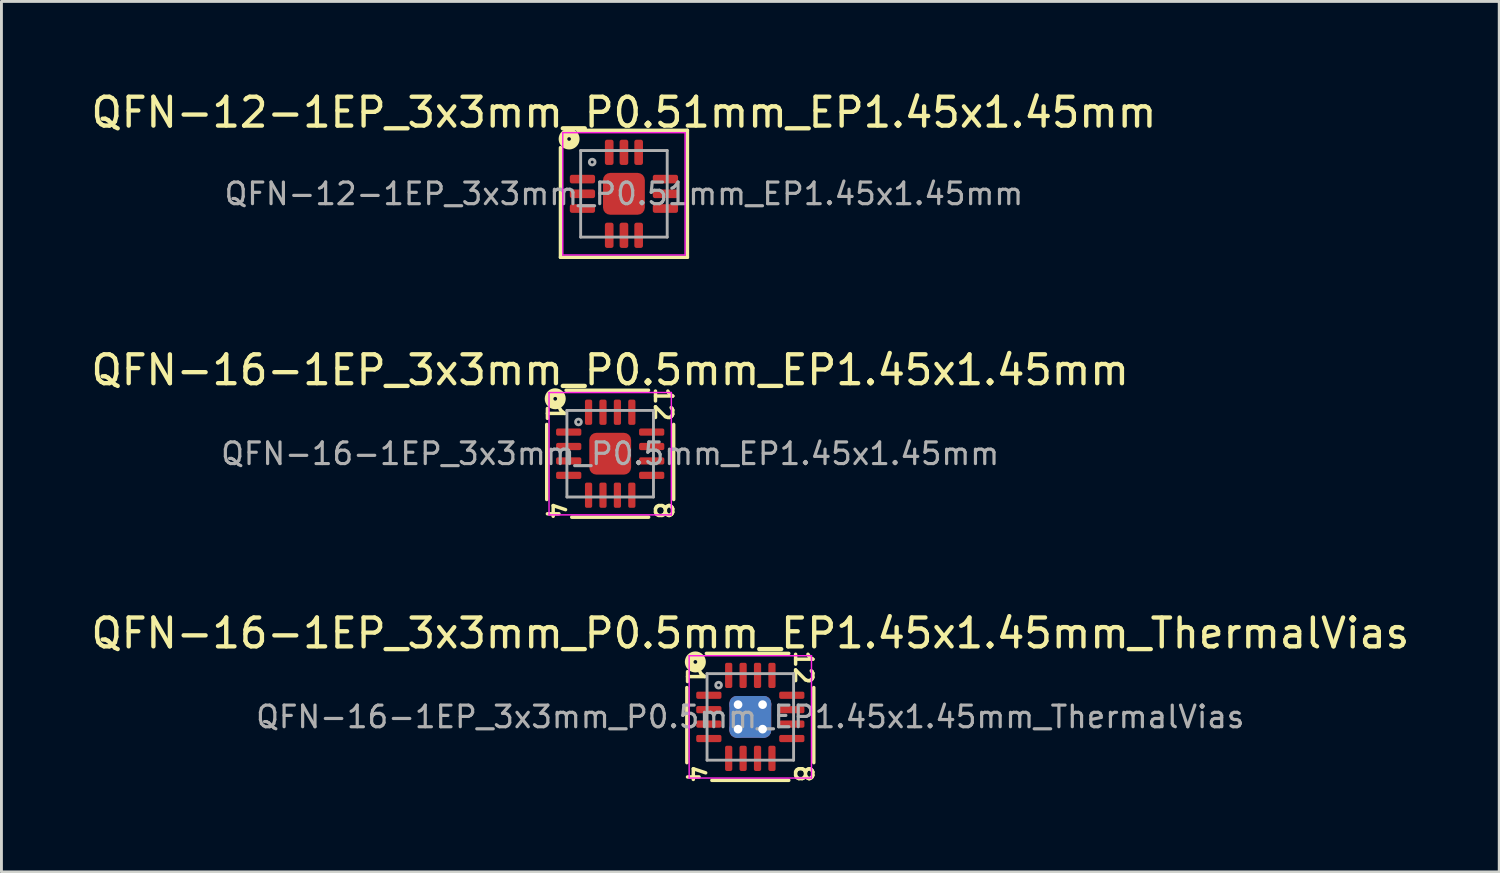
<source format=kicad_pcb>
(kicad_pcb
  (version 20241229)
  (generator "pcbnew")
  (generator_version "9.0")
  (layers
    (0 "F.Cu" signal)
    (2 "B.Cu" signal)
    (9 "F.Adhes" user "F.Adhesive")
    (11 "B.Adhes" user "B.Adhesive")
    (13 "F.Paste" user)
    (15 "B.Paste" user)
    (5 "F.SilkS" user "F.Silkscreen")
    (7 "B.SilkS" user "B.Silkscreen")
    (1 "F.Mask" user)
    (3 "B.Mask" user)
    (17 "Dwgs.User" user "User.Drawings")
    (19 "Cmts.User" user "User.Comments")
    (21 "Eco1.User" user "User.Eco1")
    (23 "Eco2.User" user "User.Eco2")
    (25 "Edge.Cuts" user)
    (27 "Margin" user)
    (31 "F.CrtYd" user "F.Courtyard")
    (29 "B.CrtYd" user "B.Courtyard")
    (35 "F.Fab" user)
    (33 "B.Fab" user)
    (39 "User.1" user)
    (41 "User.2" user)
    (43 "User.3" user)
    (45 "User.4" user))
  (footprint "QFN-16-1EP_3x3mm_P0.5mm_EP1.45x1.45mm_ThermalVias"
    (layer "F.Cu")
    (at 22.958 21.799)
    (property "Reference" "QFN-16-1EP_3x3mm_P0.5mm_EP1.45x1.45mm_ThermalVias" (at 0 -2.9 0) (layer "F.SilkS") (effects (font (size 1 1) (thickness 0.15))))
    (attr smd)
    (fp_line (start -2.2 1.587) (end -2.2 -1.016) (stroke (width 0.12) (type solid)) (layer "F.SilkS"))
    (fp_line (start -1.524 -2.2) (end 1.333 -2.2) (stroke (width 0.12) (type solid)) (layer "F.SilkS"))
    (fp_line (start 1.333 2.2) (end -1.333 2.2) (stroke (width 0.12) (type solid)) (layer "F.SilkS"))
    (fp_line (start 2.2 -1.016) (end 2.2 1.587) (stroke (width 0.12) (type solid)) (layer "F.SilkS"))
    (fp_circle (center -1.905 -1.905) (end -1.841 -1.905) (stroke (width 0.3) (type solid)) (fill no) (layer "F.SilkS"))
    (fp_line (start -2.12 -2.12) (end -2.12 2.12) (stroke (width 0.05) (type solid)) (layer "F.CrtYd"))
    (fp_line (start -2.12 2.12) (end 2.12 2.12) (stroke (width 0.05) (type solid)) (layer "F.CrtYd"))
    (fp_line (start 2.12 -2.12) (end -2.12 -2.12) (stroke (width 0.05) (type solid)) (layer "F.CrtYd"))
    (fp_line (start 2.12 2.12) (end 2.12 -2.12) (stroke (width 0.05) (type solid)) (layer "F.CrtYd"))
    (fp_line (start -1.5 -1.5) (end 1.5 -1.5) (stroke (width 0.1) (type solid)) (layer "F.Fab"))
    (fp_line (start -1.5 1.5) (end -1.5 -1.5) (stroke (width 0.1) (type solid)) (layer "F.Fab"))
    (fp_line (start 1.5 -1.5) (end 1.5 1.5) (stroke (width 0.1) (type solid)) (layer "F.Fab"))
    (fp_line (start 1.5 1.5) (end -1.5 1.5) (stroke (width 0.1) (type solid)) (layer "F.Fab"))
    (fp_circle (center -1.1 -1.1) (end -1 -1.1) (stroke (width 0.1) (type solid)) (fill no) (layer "F.Fab"))
    (fp_text user "4" (at -1.905 1.968 270) (unlocked yes) (layer "F.SilkS") (effects (font (size 0.6 0.6) (thickness 0.12))))
    (fp_text user "12" (at 1.841 -1.714 270) (unlocked yes) (layer "F.SilkS") (effects (font (size 0.6 0.6) (thickness 0.12))))
    (fp_text user "1" (at -1.905 -1.397 270) (unlocked yes) (layer "F.SilkS") (effects (font (size 0.6 0.6) (thickness 0.12))))
    (fp_text user "8" (at 1.841 1.968 270) (unlocked yes) (layer "F.SilkS") (effects (font (size 0.6 0.6) (thickness 0.12))))
    (fp_text user "${REFERENCE}" (at 0 0 0) (layer "F.Fab") (effects (font (size 0.75 0.75) (thickness 0.11))))
    (pad "" smd roundrect (at -0.36 -0.36) (size 0.63 0.63) (layers "F.Paste") (roundrect_rratio 0.25))
    (pad "" smd roundrect (at -0.36 0.36) (size 0.63 0.63) (layers "F.Paste") (roundrect_rratio 0.25))
    (pad "" smd roundrect (at 0.36 -0.36) (size 0.63 0.63) (layers "F.Paste") (roundrect_rratio 0.25))
    (pad "" smd roundrect (at 0.36 0.36) (size 0.63 0.63) (layers "F.Paste") (roundrect_rratio 0.25))
    (pad "1" smd roundrect (at -1.438 -0.75) (size 0.875 0.25) (layers "F.Cu" "F.Mask" "F.Paste") (roundrect_rratio 0.25))
    (pad "2" smd roundrect (at -1.438 -0.25) (size 0.875 0.25) (layers "F.Cu" "F.Mask" "F.Paste") (roundrect_rratio 0.25))
    (pad "3" smd roundrect (at -1.438 0.25) (size 0.875 0.25) (layers "F.Cu" "F.Mask" "F.Paste") (roundrect_rratio 0.25))
    (pad "4" smd roundrect (at -1.438 0.75) (size 0.875 0.25) (layers "F.Cu" "F.Mask" "F.Paste") (roundrect_rratio 0.25))
    (pad "5" smd roundrect (at -0.75 1.438) (size 0.25 0.875) (layers "F.Cu" "F.Mask" "F.Paste") (roundrect_rratio 0.25))
    (pad "6" smd roundrect (at -0.25 1.438) (size 0.25 0.875) (layers "F.Cu" "F.Mask" "F.Paste") (roundrect_rratio 0.25))
    (pad "7" smd roundrect (at 0.25 1.438) (size 0.25 0.875) (layers "F.Cu" "F.Mask" "F.Paste") (roundrect_rratio 0.25))
    (pad "8" smd roundrect (at 0.75 1.438) (size 0.25 0.875) (layers "F.Cu" "F.Mask" "F.Paste") (roundrect_rratio 0.25))
    (pad "9" smd roundrect (at 1.438 0.75) (size 0.875 0.25) (layers "F.Cu" "F.Mask" "F.Paste") (roundrect_rratio 0.25))
    (pad "10" smd roundrect (at 1.438 0.25) (size 0.875 0.25) (layers "F.Cu" "F.Mask" "F.Paste") (roundrect_rratio 0.25))
    (pad "11" smd roundrect (at 1.438 -0.25) (size 0.875 0.25) (layers "F.Cu" "F.Mask" "F.Paste") (roundrect_rratio 0.25))
    (pad "12" smd roundrect (at 1.438 -0.75) (size 0.875 0.25) (layers "F.Cu" "F.Mask" "F.Paste") (roundrect_rratio 0.25))
    (pad "13" smd roundrect (at 0.75 -1.438) (size 0.25 0.875) (layers "F.Cu" "F.Mask" "F.Paste") (roundrect_rratio 0.25))
    (pad "14" smd roundrect (at 0.25 -1.438) (size 0.25 0.875) (layers "F.Cu" "F.Mask" "F.Paste") (roundrect_rratio 0.25))
    (pad "15" smd roundrect (at -0.25 -1.438) (size 0.25 0.875) (layers "F.Cu" "F.Mask" "F.Paste") (roundrect_rratio 0.25))
    (pad "16" smd roundrect (at -0.75 -1.438) (size 0.25 0.875) (layers "F.Cu" "F.Mask" "F.Paste") (roundrect_rratio 0.25))
    (pad "17" thru_hole circle (at -0.425 -0.425) (size 0.6 0.6) (drill 0.3) (property pad_prop_heatsink) (layers "*.Cu"))
    (pad "17" thru_hole circle (at -0.425 0.425) (size 0.6 0.6) (drill 0.3) (property pad_prop_heatsink) (layers "*.Cu"))
    (pad "17" smd roundrect (at 0 0) (size 1.45 1.45) (layers "F.Cu" "F.Mask") (roundrect_rratio 0.172))
    (pad "17" smd roundrect (at 0 0) (size 1.45 1.45) (layers "B.Cu" "B.Mask") (roundrect_rratio 0.172))
    (pad "17" thru_hole circle (at 0.425 -0.425) (size 0.6 0.6) (drill 0.3) (property pad_prop_heatsink) (layers "*.Cu"))
    (pad "17" thru_hole circle (at 0.425 0.425) (size 0.6 0.6) (drill 0.3) (property pad_prop_heatsink) (layers "*.Cu")))
  (footprint "QFN-12-1EP_3x3mm_P0.51mm_EP1.45x1.45mm"
    (layer "F.Cu")
    (at 18.577 3.668)
    (property "Reference" "QFN-12-1EP_3x3mm_P0.51mm_EP1.45x1.45mm" (at 0 -2.82 0) (layer "F.SilkS") (effects (font (size 1 1) (thickness 0.15))))
    (attr smd)
    (fp_line (start -2.2 -1.6) (end -2.2 2.2) (stroke (width 0.12) (type solid)) (layer "F.SilkS"))
    (fp_line (start -2.2 2.2) (end 2.2 2.2) (stroke (width 0.12) (type solid)) (layer "F.SilkS"))
    (fp_line (start 2.2 -2.2) (end -1.6 -2.2) (stroke (width 0.12) (type solid)) (layer "F.SilkS"))
    (fp_line (start 2.2 2.2) (end 2.2 -2.2) (stroke (width 0.12) (type solid)) (layer "F.SilkS"))
    (fp_circle (center -1.9 -1.9) (end -1.837 -1.9) (stroke (width 0.3) (type solid)) (fill no) (layer "F.SilkS"))
    (fp_line (start -2.12 -2.12) (end -2.12 2.12) (stroke (width 0.05) (type solid)) (layer "F.CrtYd"))
    (fp_line (start -2.12 2.12) (end 2.12 2.12) (stroke (width 0.05) (type solid)) (layer "F.CrtYd"))
    (fp_line (start 2.12 -2.12) (end -2.12 -2.12) (stroke (width 0.05) (type solid)) (layer "F.CrtYd"))
    (fp_line (start 2.12 2.12) (end 2.12 -2.12) (stroke (width 0.05) (type solid)) (layer "F.CrtYd"))
    (fp_line (start -1.5 -1.5) (end 1.5 -1.5) (stroke (width 0.1) (type solid)) (layer "F.Fab"))
    (fp_line (start -1.5 1.5) (end -1.5 -1.5) (stroke (width 0.1) (type solid)) (layer "F.Fab"))
    (fp_line (start 1.5 -1.5) (end 1.5 1.5) (stroke (width 0.1) (type solid)) (layer "F.Fab"))
    (fp_line (start 1.5 1.5) (end -1.5 1.5) (stroke (width 0.1) (type solid)) (layer "F.Fab"))
    (fp_circle (center -1.1 -1.1) (end -1 -1.1) (stroke (width 0.1) (type solid)) (fill no) (layer "F.Fab"))
    (fp_text user "${REFERENCE}" (at 0 0 0) (layer "F.Fab") (effects (font (size 0.75 0.75) (thickness 0.11))))
    (pad "" smd roundrect (at -0.36 -0.36) (size 0.58 0.58) (layers "F.Paste") (roundrect_rratio 0.25))
    (pad "" smd roundrect (at -0.36 0.36) (size 0.58 0.58) (layers "F.Paste") (roundrect_rratio 0.25))
    (pad "" smd roundrect (at 0.36 -0.36) (size 0.58 0.58) (layers "F.Paste") (roundrect_rratio 0.25))
    (pad "" smd roundrect (at 0.36 0.36) (size 0.58 0.58) (layers "F.Paste") (roundrect_rratio 0.25))
    (pad "1" smd roundrect (at -1.438 -0.51) (size 0.875 0.3) (layers "F.Cu" "F.Mask" "F.Paste") (roundrect_rratio 0.25))
    (pad "2" smd roundrect (at -1.438 0) (size 0.875 0.3) (layers "F.Cu" "F.Mask" "F.Paste") (roundrect_rratio 0.25))
    (pad "3" smd roundrect (at -1.438 0.51) (size 0.875 0.3) (layers "F.Cu" "F.Mask" "F.Paste") (roundrect_rratio 0.25))
    (pad "4" smd roundrect (at -0.51 1.438) (size 0.3 0.875) (layers "F.Cu" "F.Mask" "F.Paste") (roundrect_rratio 0.25))
    (pad "5" smd roundrect (at 0 1.438) (size 0.3 0.875) (layers "F.Cu" "F.Mask" "F.Paste") (roundrect_rratio 0.25))
    (pad "6" smd roundrect (at 0.51 1.438) (size 0.3 0.875) (layers "F.Cu" "F.Mask" "F.Paste") (roundrect_rratio 0.25))
    (pad "7" smd roundrect (at 1.438 0.51) (size 0.875 0.3) (layers "F.Cu" "F.Mask" "F.Paste") (roundrect_rratio 0.25))
    (pad "8" smd roundrect (at 1.438 0) (size 0.875 0.3) (layers "F.Cu" "F.Mask" "F.Paste") (roundrect_rratio 0.25))
    (pad "9" smd roundrect (at 1.438 -0.51) (size 0.875 0.3) (layers "F.Cu" "F.Mask" "F.Paste") (roundrect_rratio 0.25))
    (pad "10" smd roundrect (at 0.51 -1.438) (size 0.3 0.875) (layers "F.Cu" "F.Mask" "F.Paste") (roundrect_rratio 0.25))
    (pad "11" smd roundrect (at 0 -1.438) (size 0.3 0.875) (layers "F.Cu" "F.Mask" "F.Paste") (roundrect_rratio 0.25))
    (pad "12" smd roundrect (at -0.51 -1.438) (size 0.3 0.875) (layers "F.Cu" "F.Mask" "F.Paste") (roundrect_rratio 0.25))
    (pad "13" smd roundrect (at 0 0) (size 1.45 1.45) (layers "F.Cu" "F.Mask") (roundrect_rratio 0.172)))
  (footprint "QFN-16-1EP_3x3mm_P0.5mm_EP1.45x1.45mm"
    (layer "F.Cu")
    (at 18.101 12.677)
    (property "Reference" "QFN-16-1EP_3x3mm_P0.5mm_EP1.45x1.45mm" (at 0 -2.9 0) (layer "F.SilkS") (effects (font (size 1 1) (thickness 0.15))))
    (attr smd)
    (fp_line (start -2.2 1.587) (end -2.2 -1.016) (stroke (width 0.12) (type solid)) (layer "F.SilkS"))
    (fp_line (start -1.529 -2.2) (end 1.329 -2.2) (stroke (width 0.12) (type solid)) (layer "F.SilkS"))
    (fp_line (start 1.333 2.2) (end -1.333 2.2) (stroke (width 0.12) (type solid)) (layer "F.SilkS"))
    (fp_line (start 2.2 -1.016) (end 2.2 1.587) (stroke (width 0.12) (type solid)) (layer "F.SilkS"))
    (fp_circle (center -1.905 -1.905) (end -1.841 -1.905) (stroke (width 0.3) (type solid)) (fill no) (layer "F.SilkS"))
    (fp_line (start -2.12 -2.12) (end -2.12 2.12) (stroke (width 0.05) (type solid)) (layer "F.CrtYd"))
    (fp_line (start -2.12 2.12) (end 2.12 2.12) (stroke (width 0.05) (type solid)) (layer "F.CrtYd"))
    (fp_line (start 2.12 -2.12) (end -2.12 -2.12) (stroke (width 0.05) (type solid)) (layer "F.CrtYd"))
    (fp_line (start 2.12 2.12) (end 2.12 -2.12) (stroke (width 0.05) (type solid)) (layer "F.CrtYd"))
    (fp_line (start -1.5 -1.5) (end 1.5 -1.5) (stroke (width 0.1) (type solid)) (layer "F.Fab"))
    (fp_line (start -1.5 1.5) (end -1.5 -1.5) (stroke (width 0.1) (type solid)) (layer "F.Fab"))
    (fp_line (start 1.5 -1.5) (end 1.5 1.5) (stroke (width 0.1) (type solid)) (layer "F.Fab"))
    (fp_line (start 1.5 1.5) (end -1.5 1.5) (stroke (width 0.1) (type solid)) (layer "F.Fab"))
    (fp_circle (center -1.1 -1.1) (end -1 -1.1) (stroke (width 0.1) (type solid)) (fill no) (layer "F.Fab"))
    (fp_text user "4" (at -1.905 1.968 270) (unlocked yes) (layer "F.SilkS") (effects (font (size 0.6 0.6) (thickness 0.12))))
    (fp_text user "1" (at -1.905 -1.397 270) (unlocked yes) (layer "F.SilkS") (effects (font (size 0.6 0.6) (thickness 0.12))))
    (fp_text user "8" (at 1.841 1.968 270) (unlocked yes) (layer "F.SilkS") (effects (font (size 0.6 0.6) (thickness 0.12))))
    (fp_text user "12" (at 1.841 -1.714 270) (unlocked yes) (layer "F.SilkS") (effects (font (size 0.6 0.6) (thickness 0.12))))
    (fp_text user "${REFERENCE}" (at 0 0 0) (layer "F.Fab") (effects (font (size 0.75 0.75) (thickness 0.11))))
    (pad "" smd roundrect (at -0.36 -0.36) (size 0.58 0.58) (layers "F.Paste") (roundrect_rratio 0.25))
    (pad "" smd roundrect (at -0.36 0.36) (size 0.58 0.58) (layers "F.Paste") (roundrect_rratio 0.25))
    (pad "" smd roundrect (at 0.36 -0.36) (size 0.58 0.58) (layers "F.Paste") (roundrect_rratio 0.25))
    (pad "" smd roundrect (at 0.36 0.36) (size 0.58 0.58) (layers "F.Paste") (roundrect_rratio 0.25))
    (pad "1" smd roundrect (at -1.438 -0.75) (size 0.875 0.25) (layers "F.Cu" "F.Mask" "F.Paste") (roundrect_rratio 0.25))
    (pad "2" smd roundrect (at -1.438 -0.25) (size 0.875 0.25) (layers "F.Cu" "F.Mask" "F.Paste") (roundrect_rratio 0.25))
    (pad "3" smd roundrect (at -1.438 0.25) (size 0.875 0.25) (layers "F.Cu" "F.Mask" "F.Paste") (roundrect_rratio 0.25))
    (pad "4" smd roundrect (at -1.438 0.75) (size 0.875 0.25) (layers "F.Cu" "F.Mask" "F.Paste") (roundrect_rratio 0.25))
    (pad "5" smd roundrect (at -0.75 1.438) (size 0.25 0.875) (layers "F.Cu" "F.Mask" "F.Paste") (roundrect_rratio 0.25))
    (pad "6" smd roundrect (at -0.25 1.438) (size 0.25 0.875) (layers "F.Cu" "F.Mask" "F.Paste") (roundrect_rratio 0.25))
    (pad "7" smd roundrect (at 0.25 1.438) (size 0.25 0.875) (layers "F.Cu" "F.Mask" "F.Paste") (roundrect_rratio 0.25))
    (pad "8" smd roundrect (at 0.75 1.438) (size 0.25 0.875) (layers "F.Cu" "F.Mask" "F.Paste") (roundrect_rratio 0.25))
    (pad "9" smd roundrect (at 1.438 0.75) (size 0.875 0.25) (layers "F.Cu" "F.Mask" "F.Paste") (roundrect_rratio 0.25))
    (pad "10" smd roundrect (at 1.438 0.25) (size 0.875 0.25) (layers "F.Cu" "F.Mask" "F.Paste") (roundrect_rratio 0.25))
    (pad "11" smd roundrect (at 1.438 -0.25) (size 0.875 0.25) (layers "F.Cu" "F.Mask" "F.Paste") (roundrect_rratio 0.25))
    (pad "12" smd roundrect (at 1.438 -0.75) (size 0.875 0.25) (layers "F.Cu" "F.Mask" "F.Paste") (roundrect_rratio 0.25))
    (pad "13" smd roundrect (at 0.75 -1.438) (size 0.25 0.875) (layers "F.Cu" "F.Mask" "F.Paste") (roundrect_rratio 0.25))
    (pad "14" smd roundrect (at 0.25 -1.438) (size 0.25 0.875) (layers "F.Cu" "F.Mask" "F.Paste") (roundrect_rratio 0.25))
    (pad "15" smd roundrect (at -0.25 -1.438) (size 0.25 0.875) (layers "F.Cu" "F.Mask" "F.Paste") (roundrect_rratio 0.25))
    (pad "16" smd roundrect (at -0.75 -1.438) (size 0.25 0.875) (layers "F.Cu" "F.Mask" "F.Paste") (roundrect_rratio 0.25))
    (pad "17" smd roundrect (at 0 0) (size 1.45 1.45) (layers "F.Cu" "F.Mask") (roundrect_rratio 0.172)))
  (gr_rect
    (start -3 -3)
    (end 48.917 27.173)
    (stroke (width 0.1) (type default))
    (fill no)
    (layer "Edge.Cuts")))
</source>
